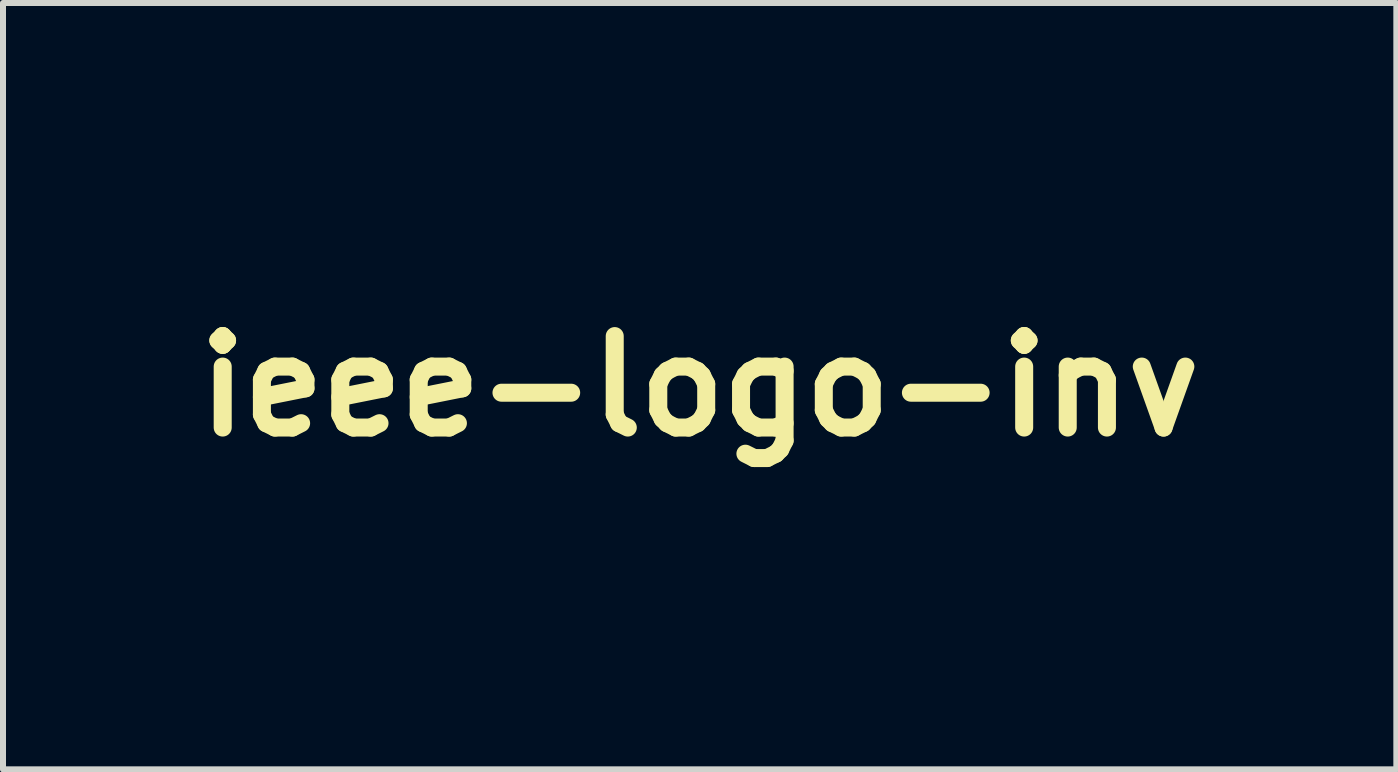
<source format=kicad_pcb>
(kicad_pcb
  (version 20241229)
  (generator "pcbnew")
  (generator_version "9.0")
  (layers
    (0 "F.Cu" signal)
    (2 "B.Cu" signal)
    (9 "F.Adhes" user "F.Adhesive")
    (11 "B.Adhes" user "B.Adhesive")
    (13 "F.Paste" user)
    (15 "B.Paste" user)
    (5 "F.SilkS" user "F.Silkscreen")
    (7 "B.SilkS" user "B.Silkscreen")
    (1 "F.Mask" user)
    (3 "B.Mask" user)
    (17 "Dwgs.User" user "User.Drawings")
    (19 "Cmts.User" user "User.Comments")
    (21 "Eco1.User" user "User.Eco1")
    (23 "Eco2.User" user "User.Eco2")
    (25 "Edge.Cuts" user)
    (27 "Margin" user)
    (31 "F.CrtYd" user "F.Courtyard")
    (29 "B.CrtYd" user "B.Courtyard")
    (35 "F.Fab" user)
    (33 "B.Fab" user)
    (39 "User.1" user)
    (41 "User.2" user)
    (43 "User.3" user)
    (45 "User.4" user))
  (footprint "ieee-logo-inv"
    (layer "F.Cu")
    (at 8.607 3.384)
    (property "Reference" "ieee-logo-inv" (at 0 0 0) (layer "F.SilkS") (effects (font (size 1.524 1.524) (thickness 0.3))))
    (attr through_hole)
    (fp_poly (pts (xy -0.005 -0.167) (xy 0.006 -0.166) (xy 0.007 -0.085) (xy 0.008 -0.004) (xy 0.039 -0.016) (xy 0.054 -0.021) (xy 0.066 -0.025) (xy 0.073 -0.027) (xy 0.074 -0.027) (xy 0.077 -0.024) (xy 0.08 -0.017) (xy 0.081 -0.011) (xy 0.081 -0.009) (xy 0.077 -0.007) (xy 0.067 -0.004) (xy 0.053 0.002) (xy 0.035 0.008) (xy 0.032 0.009) (xy -0.016 0.026) (xy -0.016 -0.169) (xy -0.005 -0.167)) (stroke (width 0.01) (type solid)) (fill yes) (layer "F.Mask"))
    (fp_poly (pts (xy 0.012 -1.056) (xy 0.03 -1.049) (xy 0.045 -1.037) (xy 0.055 -1.024) (xy 0.064 -1.006) (xy 0.066 -0.824) (xy 0.067 -0.641) (xy -0.059 -0.641) (xy -0.059 -0.818) (xy -0.058 -0.868) (xy -0.058 -0.911) (xy -0.058 -0.946) (xy -0.057 -0.974) (xy -0.056 -0.994) (xy -0.055 -1.007) (xy -0.054 -1.01) (xy -0.047 -1.026) (xy -0.034 -1.041) (xy -0.019 -1.052) (xy -0.006 -1.057) (xy 0.012 -1.056)) (stroke (width 0.01) (type solid)) (fill yes) (layer "F.Mask"))
    (fp_poly (pts (xy 0.199 -1.055) (xy 0.217 -1.046) (xy 0.221 -1.043) (xy 0.227 -1.038) (xy 0.231 -1.032) (xy 0.235 -1.026) (xy 0.238 -1.019) (xy 0.241 -1.009) (xy 0.243 -0.997) (xy 0.244 -0.981) (xy 0.245 -0.961) (xy 0.246 -0.935) (xy 0.246 -0.905) (xy 0.246 -0.867) (xy 0.246 -0.823) (xy 0.246 -0.641) (xy 0.121 -0.641) (xy 0.122 -0.824) (xy 0.123 -1.006) (xy 0.133 -1.024) (xy 0.146 -1.041) (xy 0.163 -1.052) (xy 0.181 -1.057) (xy 0.199 -1.055)) (stroke (width 0.01) (type solid)) (fill yes) (layer "F.Mask"))
    (fp_poly (pts (xy -0.163 -1.055) (xy -0.145 -1.045) (xy -0.142 -1.042) (xy -0.136 -1.037) (xy -0.132 -1.033) (xy -0.128 -1.027) (xy -0.125 -1.021) (xy -0.122 -1.013) (xy -0.121 -1.003) (xy -0.119 -0.989) (xy -0.118 -0.971) (xy -0.118 -0.948) (xy -0.117 -0.92) (xy -0.117 -0.886) (xy -0.117 -0.846) (xy -0.117 -0.641) (xy -0.238 -0.641) (xy -0.238 -0.821) (xy -0.238 -0.865) (xy -0.238 -0.902) (xy -0.238 -0.933) (xy -0.238 -0.958) (xy -0.237 -0.978) (xy -0.236 -0.994) (xy -0.234 -1.006) (xy -0.232 -1.015) (xy -0.229 -1.023) (xy -0.226 -1.029) (xy -0.222 -1.034) (xy -0.217 -1.039) (xy -0.216 -1.04) (xy -0.2 -1.053) (xy -0.182 -1.058) (xy -0.163 -1.055)) (stroke (width 0.01) (type solid)) (fill yes) (layer "F.Mask"))
    (fp_poly (pts (xy 0.059 -0.226) (xy 0.099 -0.213) (xy 0.136 -0.192) (xy 0.167 -0.166) (xy 0.194 -0.134) (xy 0.215 -0.097) (xy 0.225 -0.071) (xy 0.234 -0.036) (xy 0.237 0.003) (xy 0.233 0.041) (xy 0.225 0.071) (xy 0.208 0.112) (xy 0.184 0.147) (xy 0.156 0.177) (xy 0.123 0.201) (xy 0.085 0.218) (xy 0.044 0.229) (xy 0.012 0.233) (xy -0.017 0.233) (xy -0.044 0.229) (xy -0.047 0.229) (xy -0.086 0.216) (xy -0.122 0.196) (xy -0.155 0.17) (xy -0.16 0.164) (xy -0.185 0.137) (xy -0.203 0.108) (xy -0.217 0.077) (xy -0.223 0.056) (xy -0.229 0.015) (xy -0.229 -0.005) (xy -0.208 -0.005) (xy -0.206 0.033) (xy -0.197 0.07) (xy -0.181 0.104) (xy -0.176 0.112) (xy -0.151 0.144) (xy -0.122 0.171) (xy -0.089 0.191) (xy -0.054 0.205) (xy -0.047 0.207) (xy -0.03 0.209) (xy -0.008 0.211) (xy 0.015 0.21) (xy 0.037 0.209) (xy 0.055 0.206) (xy 0.059 0.205) (xy 0.094 0.191) (xy 0.127 0.17) (xy 0.157 0.145) (xy 0.18 0.116) (xy 0.19 0.099) (xy 0.206 0.062) (xy 0.214 0.025) (xy 0.215 -0.013) (xy 0.209 -0.05) (xy 0.197 -0.084) (xy 0.179 -0.117) (xy 0.156 -0.146) (xy 0.127 -0.171) (xy 0.093 -0.191) (xy 0.057 -0.205) (xy 0.033 -0.21) (xy 0.005 -0.211) (xy -0.024 -0.209) (xy -0.051 -0.205) (xy -0.073 -0.198) (xy -0.109 -0.18) (xy -0.141 -0.155) (xy -0.168 -0.124) (xy -0.176 -0.112) (xy -0.194 -0.078) (xy -0.204 -0.042) (xy -0.208 -0.005) (xy -0.229 -0.005) (xy -0.228 -0.026) (xy -0.22 -0.067) (xy -0.205 -0.107) (xy -0.202 -0.111) (xy -0.187 -0.134) (xy -0.166 -0.159) (xy -0.142 -0.181) (xy -0.117 -0.199) (xy -0.102 -0.208) (xy -0.063 -0.224) (xy -0.023 -0.232) (xy 0.016 -0.233) (xy 0.059 -0.226)) (stroke (width 0.01) (type solid)) (fill yes) (layer "F.Mask"))
    (fp_poly (pts (xy 0.058 -3.375) (xy 0.107 -3.364) (xy 0.156 -3.346) (xy 0.202 -3.322) (xy 0.245 -3.291) (xy 0.263 -3.275) (xy 0.273 -3.265) (xy 0.286 -3.249) (xy 0.302 -3.23) (xy 0.319 -3.207) (xy 0.337 -3.183) (xy 0.342 -3.176) (xy 0.495 -2.967) (xy 0.65 -2.765) (xy 0.807 -2.568) (xy 0.966 -2.376) (xy 1.129 -2.188) (xy 1.296 -2.003) (xy 1.469 -1.82) (xy 1.606 -1.679) (xy 1.824 -1.464) (xy 2.047 -1.255) (xy 2.275 -1.052) (xy 2.507 -0.854) (xy 2.745 -0.662) (xy 2.989 -0.475) (xy 3.128 -0.373) (xy 3.165 -0.346) (xy 3.197 -0.323) (xy 3.223 -0.303) (xy 3.245 -0.285) (xy 3.263 -0.27) (xy 3.278 -0.256) (xy 3.291 -0.243) (xy 3.302 -0.23) (xy 3.311 -0.217) (xy 3.312 -0.217) (xy 3.34 -0.171) (xy 3.361 -0.123) (xy 3.374 -0.073) (xy 3.381 -0.019) (xy 3.381 0.01) (xy 3.378 0.062) (xy 3.368 0.111) (xy 3.352 0.157) (xy 3.328 0.202) (xy 3.32 0.215) (xy 3.309 0.231) (xy 3.296 0.247) (xy 3.282 0.263) (xy 3.264 0.279) (xy 3.244 0.296) (xy 3.219 0.316) (xy 3.19 0.338) (xy 3.154 0.363) (xy 3.141 0.372) (xy 2.902 0.544) (xy 2.667 0.723) (xy 2.437 0.907) (xy 2.211 1.098) (xy 1.991 1.294) (xy 1.776 1.496) (xy 1.566 1.704) (xy 1.362 1.917) (xy 1.164 2.135) (xy 0.971 2.359) (xy 0.784 2.587) (xy 0.603 2.82) (xy 0.428 3.058) (xy 0.369 3.142) (xy 0.341 3.181) (xy 0.316 3.214) (xy 0.294 3.242) (xy 0.274 3.266) (xy 0.254 3.286) (xy 0.235 3.302) (xy 0.216 3.316) (xy 0.195 3.329) (xy 0.172 3.34) (xy 0.165 3.344) (xy 0.126 3.359) (xy 0.084 3.37) (xy 0.04 3.377) (xy -0.004 3.379) (xy -0.044 3.377) (xy -0.051 3.376) (xy -0.08 3.37) (xy -0.112 3.36) (xy -0.144 3.348) (xy -0.173 3.335) (xy -0.192 3.324) (xy -0.216 3.308) (xy -0.239 3.29) (xy -0.261 3.269) (xy -0.283 3.244) (xy -0.307 3.215) (xy -0.333 3.179) (xy -0.34 3.168) (xy -0.496 2.949) (xy -0.654 2.737) (xy -0.815 2.53) (xy -0.981 2.329) (xy -1.151 2.131) (xy -1.326 1.937) (xy -1.419 1.839) (xy -1.449 1.807) (xy -1.483 1.772) (xy -1.521 1.733) (xy -1.562 1.692) (xy -1.605 1.649) (xy -1.649 1.605) (xy -1.693 1.562) (xy -1.736 1.519) (xy -1.778 1.478) (xy -1.817 1.44) (xy -1.853 1.405) (xy -1.885 1.375) (xy -1.899 1.362) (xy -2.072 1.205) (xy -2.249 1.051) (xy -2.428 0.901) (xy -2.609 0.755) (xy -2.792 0.615) (xy -2.974 0.481) (xy -3.155 0.354) (xy -3.167 0.346) (xy -3.212 0.313) (xy -3.25 0.282) (xy -3.282 0.25) (xy -3.309 0.218) (xy -3.33 0.184) (xy -3.348 0.147) (xy -3.362 0.107) (xy -3.365 0.095) (xy -3.37 0.071) (xy -3.373 0.042) (xy -3.374 0.009) (xy -3.374 0) (xy -2.729 0) (xy -2.727 0.045) (xy -2.719 0.086) (xy -2.705 0.125) (xy -2.684 0.162) (xy -2.671 0.182) (xy -2.667 0.186) (xy -2.657 0.196) (xy -2.643 0.211) (xy -2.624 0.23) (xy -2.6 0.255) (xy -2.571 0.283) (xy -2.539 0.316) (xy -2.502 0.353) (xy -2.462 0.394) (xy -2.418 0.439) (xy -2.37 0.486) (xy -2.32 0.537) (xy -2.266 0.591) (xy -2.21 0.647) (xy -2.151 0.706) (xy -2.09 0.768) (xy -2.027 0.831) (xy -1.962 0.896) (xy -1.895 0.963) (xy -1.827 1.031) (xy -1.758 1.101) (xy -1.687 1.171) (xy -1.616 1.242) (xy -1.544 1.314) (xy -1.472 1.386) (xy -1.4 1.458) (xy -1.328 1.53) (xy -1.256 1.602) (xy -1.184 1.674) (xy -1.113 1.744) (xy -1.044 1.814) (xy -0.975 1.883) (xy -0.908 1.95) (xy -0.842 2.015) (xy -0.778 2.079) (xy -0.716 2.141) (xy -0.656 2.201) (xy -0.599 2.258) (xy -0.544 2.312) (xy -0.492 2.364) (xy -0.443 2.412) (xy -0.398 2.457) (xy -0.356 2.499) (xy -0.317 2.537) (xy -0.283 2.571) (xy -0.253 2.601) (xy -0.227 2.626) (xy -0.206 2.647) (xy -0.189 2.663) (xy -0.178 2.674) (xy -0.172 2.68) (xy -0.171 2.681) (xy -0.153 2.691) (xy -0.131 2.702) (xy -0.109 2.713) (xy -0.088 2.721) (xy -0.079 2.724) (xy -0.036 2.731) (xy 0.008 2.733) (xy 0.054 2.729) (xy 0.082 2.723) (xy 0.121 2.71) (xy 0.16 2.69) (xy 0.191 2.669) (xy 0.196 2.665) (xy 0.206 2.656) (xy 0.221 2.641) (xy 0.241 2.622) (xy 0.265 2.597) (xy 0.295 2.568) (xy 0.328 2.535) (xy 0.367 2.497) (xy 0.409 2.455) (xy 0.455 2.41) (xy 0.504 2.36) (xy 0.558 2.307) (xy 0.614 2.251) (xy 0.674 2.191) (xy 0.737 2.128) (xy 0.803 2.063) (xy 0.871 1.995) (xy 0.942 1.924) (xy 1.015 1.851) (xy 1.09 1.776) (xy 1.167 1.699) (xy 1.246 1.62) (xy 1.326 1.54) (xy 1.408 1.458) (xy 1.444 1.422) (xy 1.544 1.322) (xy 1.637 1.228) (xy 1.726 1.14) (xy 1.81 1.056) (xy 1.888 0.977) (xy 1.962 0.903) (xy 2.032 0.834) (xy 2.096 0.769) (xy 2.157 0.708) (xy 2.213 0.652) (xy 2.266 0.599) (xy 2.314 0.551) (xy 2.359 0.506) (xy 2.4 0.464) (xy 2.438 0.426) (xy 2.473 0.391) (xy 2.504 0.359) (xy 2.533 0.329) (xy 2.559 0.303) (xy 2.582 0.279) (xy 2.602 0.257) (xy 2.621 0.238) (xy 2.637 0.221) (xy 2.651 0.206) (xy 2.663 0.192) (xy 2.673 0.18) (xy 2.682 0.17) (xy 2.69 0.161) (xy 2.696 0.153) (xy 2.701 0.146) (xy 2.705 0.14) (xy 2.708 0.134) (xy 2.711 0.129) (xy 2.713 0.125) (xy 2.714 0.12) (xy 2.716 0.116) (xy 2.717 0.112) (xy 2.718 0.107) (xy 2.72 0.102) (xy 2.721 0.098) (xy 2.726 0.085) (xy 2.729 0.075) (xy 2.731 0.064) (xy 2.732 0.053) (xy 2.733 0.038) (xy 2.733 0.018) (xy 2.733 0) (xy 2.733 -0.024) (xy 2.733 -0.042) (xy 2.732 -0.056) (xy 2.731 -0.067) (xy 2.728 -0.078) (xy 2.725 -0.089) (xy 2.721 -0.098) (xy 2.719 -0.104) (xy 2.718 -0.109) (xy 2.717 -0.113) (xy 2.715 -0.118) (xy 2.714 -0.122) (xy 2.712 -0.127) (xy 2.71 -0.131) (xy 2.707 -0.136) (xy 2.703 -0.142) (xy 2.699 -0.149) (xy 2.694 -0.156) (xy 2.687 -0.164) (xy 2.679 -0.174) (xy 2.67 -0.185) (xy 2.658 -0.197) (xy 2.646 -0.212) (xy 2.631 -0.228) (xy 2.614 -0.246) (xy 2.595 -0.266) (xy 2.573 -0.288) (xy 2.549 -0.313) (xy 2.522 -0.341) (xy 2.492 -0.371) (xy 2.459 -0.404) (xy 2.424 -0.44) (xy 2.384 -0.48) (xy 2.342 -0.523) (xy 2.296 -0.569) (xy 2.245 -0.62) (xy 2.192 -0.674) (xy 2.134 -0.732) (xy 2.071 -0.794) (xy 2.005 -0.861) (xy 1.934 -0.932) (xy 1.858 -1.008) (xy 1.777 -1.089) (xy 1.692 -1.174) (xy 1.601 -1.265) (xy 1.505 -1.361) (xy 1.444 -1.422) (xy 1.362 -1.504) (xy 1.281 -1.585) (xy 1.202 -1.664) (xy 1.124 -1.742) (xy 1.048 -1.818) (xy 0.974 -1.892) (xy 0.902 -1.964) (xy 0.833 -2.033) (xy 0.766 -2.1) (xy 0.702 -2.164) (xy 0.64 -2.225) (xy 0.582 -2.282) (xy 0.528 -2.337) (xy 0.476 -2.388) (xy 0.429 -2.436) (xy 0.385 -2.479) (xy 0.345 -2.519) (xy 0.309 -2.554) (xy 0.278 -2.585) (xy 0.251 -2.612) (xy 0.229 -2.633) (xy 0.212 -2.65) (xy 0.2 -2.662) (xy 0.193 -2.668) (xy 0.191 -2.669) (xy 0.152 -2.696) (xy 0.11 -2.715) (xy 0.066 -2.727) (xy 0.019 -2.732) (xy 0.004 -2.732) (xy -0.044 -2.729) (xy -0.089 -2.72) (xy -0.132 -2.703) (xy -0.171 -2.681) (xy -0.175 -2.677) (xy -0.184 -2.668) (xy -0.199 -2.654) (xy -0.218 -2.635) (xy -0.243 -2.611) (xy -0.271 -2.583) (xy -0.304 -2.55) (xy -0.341 -2.514) (xy -0.381 -2.474) (xy -0.426 -2.43) (xy -0.473 -2.382) (xy -0.524 -2.332) (xy -0.578 -2.279) (xy -0.634 -2.223) (xy -0.693 -2.164) (xy -0.754 -2.103) (xy -0.817 -2.04) (xy -0.882 -1.975) (xy -0.949 -1.908) (xy -1.017 -1.84) (xy -1.087 -1.771) (xy -1.157 -1.701) (xy -1.228 -1.63) (xy -1.3 -1.558) (xy -1.372 -1.486) (xy -1.445 -1.414) (xy -1.517 -1.341) (xy -1.589 -1.269) (xy -1.66 -1.198) (xy -1.731 -1.127) (xy -1.801 -1.057) (xy -1.869 -0.989) (xy -1.937 -0.921) (xy -2.002 -0.855) (xy -2.066 -0.791) (xy -2.128 -0.729) (xy -2.188 -0.669) (xy -2.245 -0.612) (xy -2.3 -0.557) (xy -2.351 -0.505) (xy -2.4 -0.456) (xy -2.445 -0.411) (xy -2.487 -0.369) (xy -2.525 -0.33) (xy -2.56 -0.296) (xy -2.59 -0.265) (xy -2.615 -0.239) (xy -2.636 -0.218) (xy -2.653 -0.201) (xy -2.664 -0.189) (xy -2.67 -0.183) (xy -2.671 -0.182) (xy -2.695 -0.144) (xy -2.712 -0.106) (xy -2.723 -0.066) (xy -2.728 -0.024) (xy -2.729 0) (xy -3.374 0) (xy -3.374 -0.024) (xy -3.372 -0.055) (xy -3.368 -0.082) (xy -3.365 -0.091) (xy -3.347 -0.145) (xy -3.322 -0.193) (xy -3.292 -0.237) (xy -3.267 -0.265) (xy -3.255 -0.275) (xy -3.239 -0.289) (xy -3.219 -0.305) (xy -3.198 -0.322) (xy -3.175 -0.339) (xy -3.171 -0.342) (xy -2.921 -0.528) (xy -2.675 -0.72) (xy -2.435 -0.918) (xy -2.2 -1.121) (xy -1.97 -1.33) (xy -1.745 -1.544) (xy -1.527 -1.763) (xy -1.314 -1.987) (xy -1.106 -2.216) (xy -0.905 -2.45) (xy -0.711 -2.688) (xy -0.522 -2.93) (xy -0.36 -3.15) (xy -0.342 -3.174) (xy -0.324 -3.198) (xy -0.306 -3.221) (xy -0.291 -3.24) (xy -0.278 -3.255) (xy -0.27 -3.264) (xy -0.23 -3.3) (xy -0.187 -3.329) (xy -0.141 -3.351) (xy -0.092 -3.367) (xy -0.043 -3.376) (xy 0.008 -3.379) (xy 0.058 -3.375)) (stroke (width 0.01) (type solid)) (fill yes) (layer "F.Mask"))
    (fp_poly (pts (xy 0.035 -2.598) (xy 0.07 -2.588) (xy 0.083 -2.582) (xy 0.085 -2.581) (xy 0.088 -2.579) (xy 0.092 -2.576) (xy 0.097 -2.572) (xy 0.103 -2.567) (xy 0.11 -2.561) (xy 0.119 -2.553) (xy 0.129 -2.543) (xy 0.141 -2.532) (xy 0.154 -2.519) (xy 0.17 -2.503) (xy 0.188 -2.486) (xy 0.209 -2.466) (xy 0.232 -2.443) (xy 0.257 -2.418) (xy 0.285 -2.39) (xy 0.317 -2.359) (xy 0.351 -2.325) (xy 0.389 -2.288) (xy 0.43 -2.247) (xy 0.474 -2.203) (xy 0.523 -2.155) (xy 0.575 -2.103) (xy 0.631 -2.047) (xy 0.691 -1.986) (xy 0.756 -1.922) (xy 0.825 -1.853) (xy 0.899 -1.779) (xy 0.978 -1.701) (xy 1.061 -1.617) (xy 1.15 -1.529) (xy 1.244 -1.435) (xy 1.33 -1.349) (xy 1.412 -1.267) (xy 1.493 -1.186) (xy 1.572 -1.107) (xy 1.65 -1.029) (xy 1.725 -0.953) (xy 1.799 -0.88) (xy 1.87 -0.808) (xy 1.939 -0.739) (xy 2.006 -0.673) (xy 2.069 -0.609) (xy 2.13 -0.548) (xy 2.188 -0.49) (xy 2.242 -0.436) (xy 2.292 -0.385) (xy 2.34 -0.337) (xy 2.383 -0.294) (xy 2.422 -0.254) (xy 2.457 -0.219) (xy 2.488 -0.188) (xy 2.514 -0.162) (xy 2.535 -0.14) (xy 2.551 -0.124) (xy 2.563 -0.112) (xy 2.569 -0.106) (xy 2.569 -0.105) (xy 2.588 -0.074) (xy 2.599 -0.04) (xy 2.604 -0.006) (xy 2.602 0.029) (xy 2.592 0.063) (xy 2.576 0.095) (xy 2.569 0.105) (xy 2.565 0.109) (xy 2.556 0.119) (xy 2.542 0.133) (xy 2.522 0.153) (xy 2.498 0.178) (xy 2.469 0.207) (xy 2.436 0.24) (xy 2.399 0.278) (xy 2.358 0.319) (xy 2.313 0.365) (xy 2.264 0.414) (xy 2.212 0.466) (xy 2.156 0.522) (xy 2.098 0.581) (xy 2.036 0.642) (xy 1.972 0.706) (xy 1.906 0.773) (xy 1.837 0.842) (xy 1.766 0.913) (xy 1.694 0.985) (xy 1.619 1.06) (xy 1.543 1.136) (xy 1.47 1.209) (xy 0.387 2.292) (xy 0.387 2.196) (xy 0.357 2.195) (xy 0.326 2.194) (xy 0.325 0.843) (xy 0.325 0.759) (xy 0.578 0.759) (xy 0.58 0.773) (xy 0.581 0.781) (xy 0.582 0.796) (xy 0.584 0.815) (xy 0.587 0.838) (xy 0.589 0.864) (xy 0.591 0.875) (xy 0.599 0.962) (xy 0.623 0.96) (xy 0.634 0.958) (xy 0.651 0.956) (xy 0.672 0.952) (xy 0.698 0.948) (xy 0.725 0.944) (xy 0.741 0.941) (xy 0.856 0.921) (xy 0.967 0.898) (xy 1.073 0.872) (xy 1.175 0.845) (xy 1.272 0.816) (xy 1.363 0.785) (xy 1.449 0.752) (xy 1.529 0.718) (xy 1.603 0.682) (xy 1.67 0.645) (xy 1.731 0.606) (xy 1.784 0.567) (xy 1.83 0.526) (xy 1.831 0.525) (xy 1.869 0.484) (xy 1.899 0.443) (xy 1.923 0.402) (xy 1.939 0.361) (xy 1.948 0.318) (xy 1.95 0.282) (xy 1.948 0.246) (xy 1.942 0.214) (xy 1.931 0.182) (xy 1.922 0.162) (xy 1.897 0.12) (xy 1.864 0.079) (xy 1.824 0.04) (xy 1.777 0.002) (xy 1.722 -0.034) (xy 1.661 -0.068) (xy 1.592 -0.101) (xy 1.516 -0.132) (xy 1.434 -0.161) (xy 1.345 -0.189) (xy 1.249 -0.214) (xy 1.223 -0.22) (xy 1.151 -0.237) (xy 1.133 -0.295) (xy 1.127 -0.315) (xy 1.121 -0.332) (xy 1.116 -0.345) (xy 1.114 -0.352) (xy 1.113 -0.354) (xy 1.109 -0.354) (xy 1.098 -0.353) (xy 1.081 -0.352) (xy 1.058 -0.35) (xy 1.03 -0.348) (xy 0.999 -0.346) (xy 0.965 -0.343) (xy 0.928 -0.34) (xy 0.89 -0.337) (xy 0.851 -0.334) (xy 0.812 -0.331) (xy 0.774 -0.328) (xy 0.737 -0.325) (xy 0.703 -0.322) (xy 0.672 -0.319) (xy 0.645 -0.317) (xy 0.623 -0.315) (xy 0.606 -0.313) (xy 0.595 -0.312) (xy 0.592 -0.311) (xy 0.595 -0.31) (xy 0.605 -0.307) (xy 0.621 -0.301) (xy 0.643 -0.294) (xy 0.669 -0.285) (xy 0.7 -0.275) (xy 0.733 -0.264) (xy 0.77 -0.252) (xy 0.809 -0.239) (xy 0.848 -0.226) (xy 0.889 -0.213) (xy 0.93 -0.199) (xy 0.969 -0.186) (xy 1.008 -0.174) (xy 1.045 -0.162) (xy 1.078 -0.151) (xy 1.109 -0.141) (xy 1.135 -0.133) (xy 1.157 -0.126) (xy 1.173 -0.121) (xy 1.183 -0.118) (xy 1.187 -0.117) (xy 1.188 -0.121) (xy 1.186 -0.131) (xy 1.181 -0.149) (xy 1.18 -0.151) (xy 1.175 -0.166) (xy 1.172 -0.178) (xy 1.17 -0.185) (xy 1.17 -0.187) (xy 1.175 -0.187) (xy 1.186 -0.184) (xy 1.203 -0.18) (xy 1.224 -0.173) (xy 1.249 -0.165) (xy 1.277 -0.155) (xy 1.307 -0.145) (xy 1.338 -0.134) (xy 1.368 -0.122) (xy 1.398 -0.111) (xy 1.426 -0.1) (xy 1.452 -0.089) (xy 1.465 -0.084) (xy 1.53 -0.053) (xy 1.589 -0.022) (xy 1.643 0.01) (xy 1.692 0.043) (xy 1.734 0.077) (xy 1.77 0.111) (xy 1.799 0.146) (xy 1.822 0.18) (xy 1.838 0.214) (xy 1.846 0.247) (xy 1.847 0.279) (xy 1.845 0.297) (xy 1.834 0.331) (xy 1.815 0.365) (xy 1.788 0.399) (xy 1.755 0.432) (xy 1.715 0.463) (xy 1.668 0.494) (xy 1.615 0.524) (xy 1.556 0.552) (xy 1.491 0.579) (xy 1.421 0.605) (xy 1.345 0.63) (xy 1.264 0.652) (xy 1.178 0.673) (xy 1.087 0.693) (xy 0.993 0.71) (xy 0.894 0.725) (xy 0.791 0.739) (xy 0.742 0.744) (xy 0.714 0.747) (xy 0.686 0.75) (xy 0.659 0.752) (xy 0.636 0.755) (xy 0.619 0.756) (xy 0.614 0.756) (xy 0.578 0.759) (xy 0.325 0.759) (xy 0.324 -0.508) (xy 0.383 -0.508) (xy 0.383 -0.551) (xy 0.355 -0.552) (xy 0.326 -0.553) (xy 0.326 -1.147) (xy 0.355 -1.148) (xy 0.383 -1.149) (xy 0.383 -1.192) (xy 0.326 -1.192) (xy 0.303 -1.308) (xy 0.296 -1.345) (xy 0.289 -1.375) (xy 0.284 -1.398) (xy 0.28 -1.415) (xy 0.276 -1.425) (xy 0.274 -1.431) (xy 0.273 -1.431) (xy 0.269 -1.439) (xy 0.265 -1.451) (xy 0.264 -1.458) (xy 0.261 -1.469) (xy 0.259 -1.473) (xy 0.256 -1.469) (xy 0.254 -1.457) (xy 0.252 -1.449) (xy 0.25 -1.437) (xy 0.246 -1.431) (xy 0.244 -1.43) (xy 0.241 -1.426) (xy 0.237 -1.415) (xy 0.233 -1.396) (xy 0.231 -1.384) (xy 0.227 -1.366) (xy 0.223 -1.35) (xy 0.221 -1.339) (xy 0.219 -1.334) (xy 0.218 -1.337) (xy 0.215 -1.346) (xy 0.21 -1.363) (xy 0.203 -1.385) (xy 0.195 -1.413) (xy 0.186 -1.445) (xy 0.176 -1.482) (xy 0.164 -1.522) (xy 0.152 -1.566) (xy 0.14 -1.612) (xy 0.134 -1.635) (xy 0.051 -1.94) (xy 0.051 -1.992) (xy 0.051 -2.013) (xy 0.05 -2.027) (xy 0.05 -2.036) (xy 0.048 -2.041) (xy 0.046 -2.043) (xy 0.043 -2.044) (xy 0.036 -2.047) (xy 0.034 -2.051) (xy 0.033 -2.056) (xy 0.031 -2.068) (xy 0.029 -2.086) (xy 0.026 -2.108) (xy 0.022 -2.134) (xy 0.019 -2.16) (xy 0.016 -2.187) (xy 0.012 -2.212) (xy 0.01 -2.232) (xy 0.007 -2.248) (xy 0.006 -2.258) (xy 0.005 -2.261) (xy 0.004 -2.257) (xy 0.003 -2.247) (xy 0.001 -2.231) (xy -0.002 -2.211) (xy -0.005 -2.188) (xy -0.009 -2.164) (xy -0.012 -2.139) (xy -0.015 -2.114) (xy -0.018 -2.092) (xy -0.02 -2.073) (xy -0.022 -2.058) (xy -0.023 -2.049) (xy -0.023 -2.047) (xy -0.027 -2.044) (xy -0.031 -2.044) (xy -0.035 -2.043) (xy -0.037 -2.041) (xy -0.038 -2.036) (xy -0.039 -2.026) (xy -0.039 -2.011) (xy -0.039 -1.996) (xy -0.039 -1.948) (xy -0.122 -1.64) (xy -0.135 -1.593) (xy -0.147 -1.548) (xy -0.159 -1.505) (xy -0.169 -1.466) (xy -0.179 -1.431) (xy -0.188 -1.4) (xy -0.195 -1.375) (xy -0.201 -1.355) (xy -0.205 -1.341) (xy -0.207 -1.333) (xy -0.207 -1.333) (xy -0.209 -1.336) (xy -0.211 -1.346) (xy -0.215 -1.36) (xy -0.218 -1.378) (xy -0.218 -1.379) (xy -0.223 -1.402) (xy -0.228 -1.418) (xy -0.232 -1.428) (xy -0.235 -1.432) (xy -0.241 -1.44) (xy -0.243 -1.449) (xy -0.244 -1.461) (xy -0.246 -1.469) (xy -0.248 -1.473) (xy -0.249 -1.472) (xy -0.252 -1.465) (xy -0.254 -1.455) (xy -0.257 -1.442) (xy -0.261 -1.433) (xy -0.264 -1.43) (xy -0.266 -1.426) (xy -0.27 -1.415) (xy -0.274 -1.396) (xy -0.28 -1.37) (xy -0.287 -1.336) (xy -0.291 -1.318) (xy -0.297 -1.289) (xy -0.302 -1.262) (xy -0.307 -1.239) (xy -0.31 -1.22) (xy -0.313 -1.207) (xy -0.315 -1.199) (xy -0.315 -1.199) (xy -0.317 -1.195) (xy -0.323 -1.193) (xy -0.333 -1.192) (xy -0.346 -1.192) (xy -0.375 -1.192) (xy -0.375 -1.149) (xy -0.32 -1.149) (xy -0.32 -0.551) (xy -0.375 -0.551) (xy -0.375 -0.508) (xy -0.32 -0.508) (xy -0.32 2.196) (xy -0.379 2.196) (xy -0.38 2.243) (xy -0.381 2.29) (xy -1.476 1.195) (xy -1.568 1.102) (xy -1.655 1.015) (xy -1.737 0.933) (xy -1.815 0.856) (xy -1.887 0.783) (xy -1.954 0.716) (xy -2.017 0.653) (xy -2.075 0.594) (xy -2.13 0.54) (xy -2.18 0.49) (xy -2.226 0.443) (xy -2.269 0.4) (xy -2.307 0.361) (xy -2.343 0.326) (xy -2.375 0.293) (xy -2.399 0.269) (xy -1.944 0.269) (xy -1.943 0.296) (xy -1.941 0.322) (xy -1.937 0.344) (xy -1.937 0.348) (xy -1.92 0.393) (xy -1.896 0.438) (xy -1.864 0.482) (xy -1.825 0.525) (xy -1.777 0.566) (xy -1.722 0.607) (xy -1.66 0.647) (xy -1.589 0.685) (xy -1.569 0.695) (xy -1.483 0.735) (xy -1.39 0.772) (xy -1.291 0.807) (xy -1.185 0.84) (xy -1.074 0.871) (xy -0.957 0.898) (xy -0.835 0.923) (xy -0.711 0.945) (xy -0.688 0.949) (xy -0.666 0.952) (xy -0.648 0.955) (xy -0.636 0.957) (xy -0.629 0.959) (xy -0.619 0.96) (xy -0.608 0.961) (xy -0.599 0.961) (xy -0.594 0.961) (xy -0.594 0.96) (xy -0.593 0.955) (xy -0.591 0.943) (xy -0.589 0.927) (xy -0.587 0.906) (xy -0.585 0.883) (xy -0.582 0.859) (xy -0.58 0.835) (xy -0.578 0.813) (xy -0.576 0.793) (xy -0.575 0.777) (xy -0.574 0.766) (xy -0.574 0.761) (xy -0.574 0.761) (xy -0.579 0.76) (xy -0.59 0.759) (xy -0.606 0.757) (xy -0.626 0.755) (xy -0.65 0.753) (xy -0.653 0.752) (xy -0.762 0.742) (xy -0.868 0.728) (xy -0.971 0.713) (xy -1.069 0.695) (xy -1.163 0.675) (xy -1.253 0.653) (xy -1.338 0.63) (xy -1.417 0.604) (xy -1.49 0.577) (xy -1.558 0.548) (xy -1.619 0.518) (xy -1.674 0.486) (xy -1.722 0.453) (xy -1.762 0.419) (xy -1.769 0.412) (xy -1.786 0.394) (xy -1.799 0.379) (xy -1.809 0.365) (xy -1.818 0.349) (xy -1.821 0.343) (xy -1.829 0.325) (xy -1.835 0.311) (xy -1.838 0.298) (xy -1.839 0.282) (xy -1.84 0.277) (xy -1.84 0.258) (xy -1.839 0.242) (xy -1.835 0.225) (xy -1.833 0.218) (xy -1.817 0.182) (xy -1.794 0.146) (xy -1.763 0.11) (xy -1.726 0.075) (xy -1.682 0.04) (xy -1.631 0.006) (xy -1.574 -0.027) (xy -1.51 -0.059) (xy -1.441 -0.09) (xy -1.367 -0.121) (xy -1.287 -0.149) (xy -1.202 -0.177) (xy -1.112 -0.203) (xy -1.018 -0.228) (xy -0.919 -0.25) (xy -0.816 -0.272) (xy -0.71 -0.291) (xy -0.681 -0.295) (xy -0.655 -0.3) (xy -0.633 -0.303) (xy -0.614 -0.307) (xy -0.6 -0.309) (xy -0.593 -0.311) (xy -0.591 -0.311) (xy -0.596 -0.311) (xy -0.607 -0.311) (xy -0.623 -0.31) (xy -0.645 -0.308) (xy -0.67 -0.305) (xy -0.697 -0.303) (xy -0.727 -0.3) (xy -0.756 -0.297) (xy -0.786 -0.293) (xy -0.813 -0.29) (xy -0.838 -0.287) (xy -0.84 -0.287) (xy -0.949 -0.272) (xy -1.055 -0.254) (xy -1.157 -0.233) (xy -1.255 -0.211) (xy -1.348 -0.186) (xy -1.435 -0.159) (xy -1.515 -0.13) (xy -1.53 -0.125) (xy -1.558 -0.113) (xy -1.59 -0.099) (xy -1.623 -0.083) (xy -1.656 -0.066) (xy -1.687 -0.05) (xy -1.715 -0.034) (xy -1.737 -0.02) (xy -1.739 -0.019) (xy -1.791 0.018) (xy -1.836 0.057) (xy -1.874 0.098) (xy -1.903 0.139) (xy -1.925 0.182) (xy -1.939 0.223) (xy -1.942 0.243) (xy -1.944 0.269) (xy -2.399 0.269) (xy -2.404 0.264) (xy -2.43 0.237) (xy -2.454 0.213) (xy -2.475 0.192) (xy -2.493 0.173) (xy -2.509 0.157) (xy -2.523 0.142) (xy -2.535 0.13) (xy -2.545 0.119) (xy -2.553 0.11) (xy -2.56 0.102) (xy -2.566 0.096) (xy -2.57 0.09) (xy -2.574 0.086) (xy -2.576 0.082) (xy -2.578 0.079) (xy -2.58 0.077) (xy -2.581 0.075) (xy -2.593 0.039) (xy -2.598 0.004) (xy -2.595 -0.031) (xy -2.584 -0.066) (xy -2.579 -0.077) (xy -2.578 -0.079) (xy -2.577 -0.082) (xy -2.575 -0.085) (xy -2.572 -0.089) (xy -2.569 -0.093) (xy -2.564 -0.098) (xy -2.559 -0.105) (xy -2.552 -0.112) (xy -2.544 -0.121) (xy -2.534 -0.131) (xy -2.522 -0.143) (xy -2.509 -0.157) (xy -2.494 -0.173) (xy -2.476 -0.191) (xy -2.456 -0.212) (xy -2.434 -0.234) (xy -2.409 -0.26) (xy -2.381 -0.288) (xy -2.35 -0.319) (xy -2.316 -0.353) (xy -2.279 -0.39) (xy -2.239 -0.431) (xy -2.195 -0.475) (xy -2.147 -0.523) (xy -2.095 -0.575) (xy -2.04 -0.63) (xy -1.98 -0.69) (xy -1.916 -0.754) (xy -1.847 -0.823) (xy -1.774 -0.896) (xy -1.696 -0.974) (xy -1.614 -1.057) (xy -1.526 -1.145) (xy -1.433 -1.238) (xy -1.334 -1.336) (xy -1.333 -1.337) (xy -1.235 -1.436) (xy -1.142 -1.529) (xy -1.054 -1.617) (xy -0.971 -1.7) (xy -0.893 -1.778) (xy -0.82 -1.851) (xy -0.751 -1.919) (xy -0.687 -1.984) (xy -0.627 -2.043) (xy -0.571 -2.099) (xy -0.519 -2.151) (xy -0.471 -2.198) (xy -0.427 -2.242) (xy -0.386 -2.283) (xy -0.349 -2.32) (xy -0.315 -2.354) (xy -0.284 -2.385) (xy -0.256 -2.413) (xy -0.23 -2.438) (xy -0.208 -2.46) (xy -0.187 -2.48) (xy -0.169 -2.498) (xy -0.153 -2.513) (xy -0.139 -2.526) (xy -0.127 -2.538) (xy -0.117 -2.548) (xy -0.108 -2.556) (xy -0.1 -2.563) (xy -0.094 -2.568) (xy -0.089 -2.573) (xy -0.085 -2.576) (xy -0.081 -2.579) (xy -0.078 -2.581) (xy -0.076 -2.582) (xy -0.074 -2.583) (xy -0.037 -2.596) (xy -0.001 -2.601) (xy 0.035 -2.598)) (stroke (width 0.01) (type solid)) (fill yes) (layer "F.Mask")))
  (gr_rect
    (start -3 -3)
    (end 20.214 9.768)
    (stroke (width 0.1) (type default))
    (fill no)
    (layer "Edge.Cuts")))
</source>
